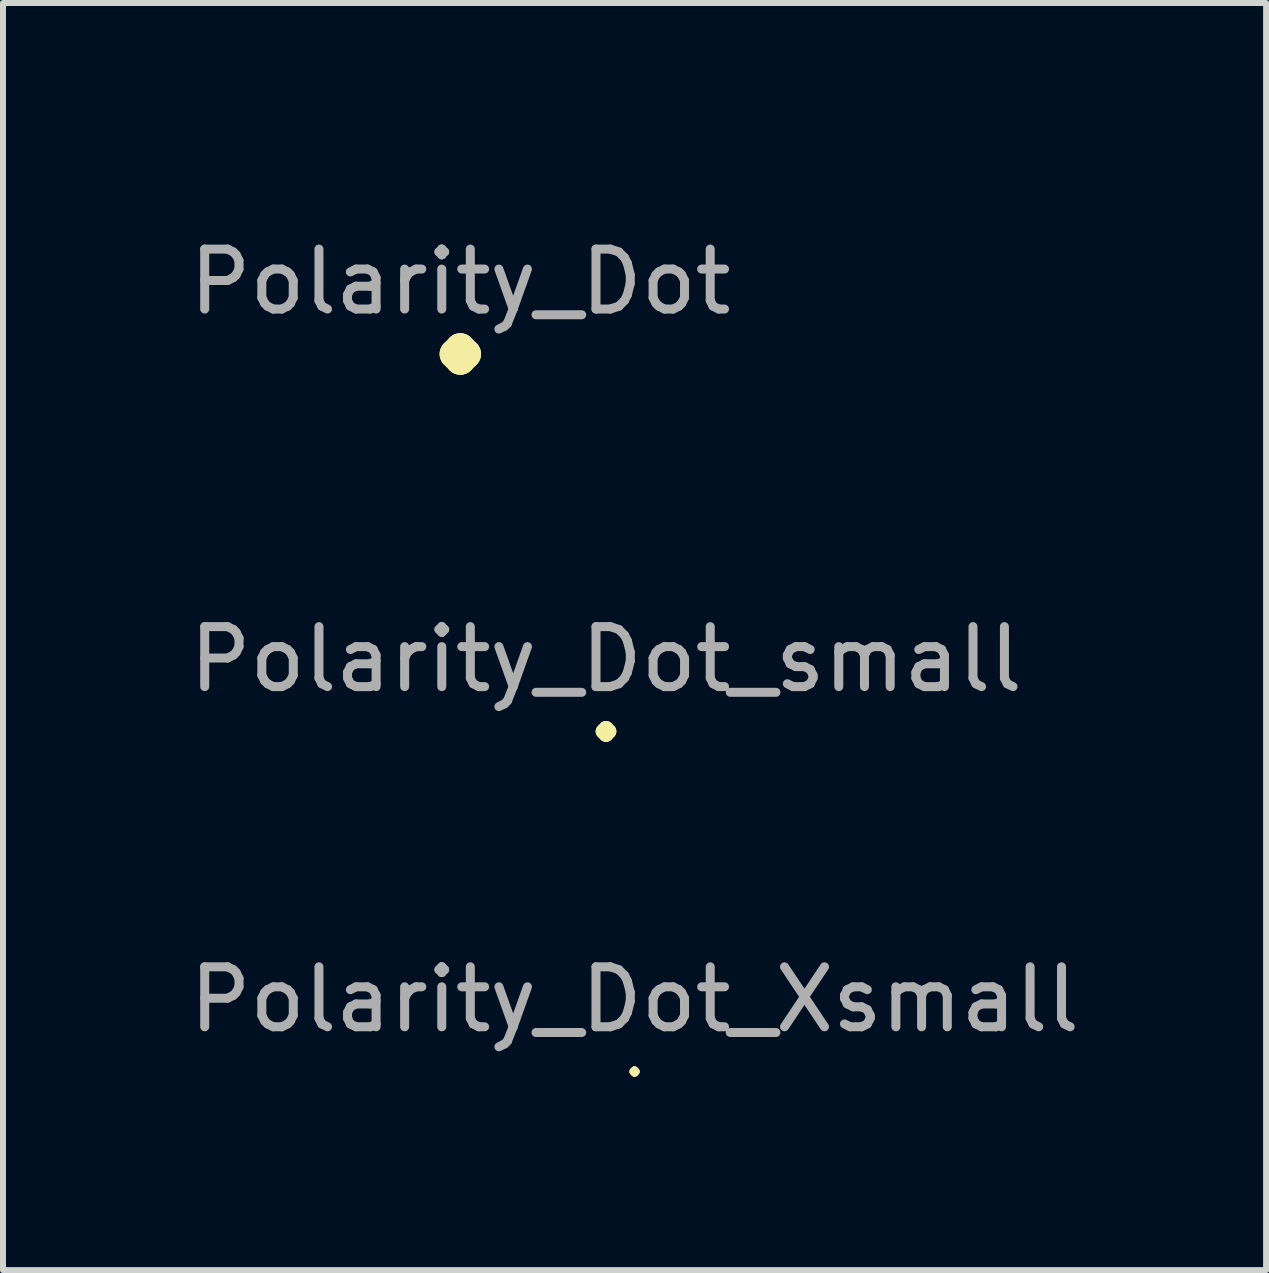
<source format=kicad_pcb>
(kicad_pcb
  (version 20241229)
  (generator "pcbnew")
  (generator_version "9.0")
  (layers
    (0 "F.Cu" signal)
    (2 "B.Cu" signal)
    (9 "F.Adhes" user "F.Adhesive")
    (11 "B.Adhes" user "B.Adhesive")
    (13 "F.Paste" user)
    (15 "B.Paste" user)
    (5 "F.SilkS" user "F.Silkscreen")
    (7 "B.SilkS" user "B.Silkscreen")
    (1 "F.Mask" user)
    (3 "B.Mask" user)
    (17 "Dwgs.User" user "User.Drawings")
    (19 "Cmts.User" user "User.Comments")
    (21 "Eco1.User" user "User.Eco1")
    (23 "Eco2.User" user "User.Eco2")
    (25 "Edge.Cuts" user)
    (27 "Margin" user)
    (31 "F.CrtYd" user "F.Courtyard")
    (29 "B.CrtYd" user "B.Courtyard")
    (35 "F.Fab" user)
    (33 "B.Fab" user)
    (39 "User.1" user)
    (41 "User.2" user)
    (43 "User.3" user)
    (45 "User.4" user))
  (footprint "Polarity_Dot_Xsmall"
    (layer "F.Cu")
    (at 7.53 14.815)
    (property "Reference" "Polarity_Dot_Xsmall" (at 0 -1.2 0) (layer "F.Fab") (effects (font (size 1 1) (thickness 0.15))))
    (attr through_hole)
    (fp_text user "." (at 0 -0.2 0) (layer "F.SilkS") (effects (font (size 0.5 0.5) (thickness 0.125)))))
  (footprint "Polarity_Dot"
    (layer "F.Cu")
    (at 4.625 2.848)
    (property "Reference" "Polarity_Dot" (at 0 -1.2 0) (layer "F.Fab") (effects (font (size 1 1) (thickness 0.15))))
    (attr through_hole)
    (fp_text user "." (at 0 -0.8 0) (layer "F.SilkS") (effects (font (size 2 2) (thickness 0.5)))))
  (footprint "Polarity_Dot_small"
    (layer "F.Cu")
    (at 7.054 9.143)
    (property "Reference" "Polarity_Dot_small" (at 0 -1.2 0) (layer "F.Fab") (effects (font (size 1 1) (thickness 0.15))))
    (attr through_hole)
    (fp_text user "." (at 0 -0.4 0) (layer "F.SilkS") (effects (font (size 1 1) (thickness 0.25)))))
  (gr_rect
    (start -3 -3)
    (end 18.06 18.127)
    (stroke (width 0.1) (type default))
    (fill no)
    (layer "Edge.Cuts")))
</source>
